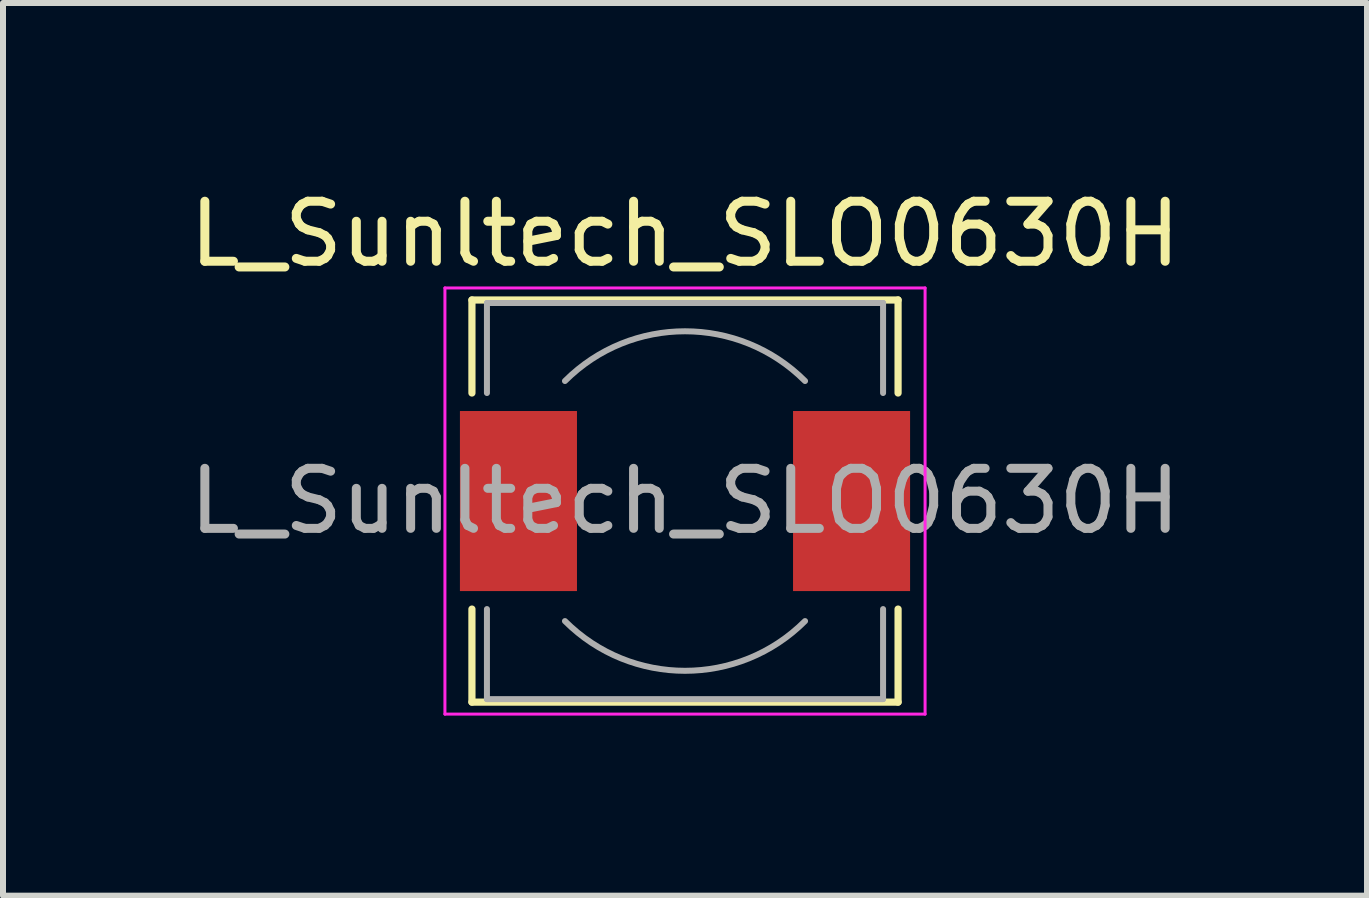
<source format=kicad_pcb>
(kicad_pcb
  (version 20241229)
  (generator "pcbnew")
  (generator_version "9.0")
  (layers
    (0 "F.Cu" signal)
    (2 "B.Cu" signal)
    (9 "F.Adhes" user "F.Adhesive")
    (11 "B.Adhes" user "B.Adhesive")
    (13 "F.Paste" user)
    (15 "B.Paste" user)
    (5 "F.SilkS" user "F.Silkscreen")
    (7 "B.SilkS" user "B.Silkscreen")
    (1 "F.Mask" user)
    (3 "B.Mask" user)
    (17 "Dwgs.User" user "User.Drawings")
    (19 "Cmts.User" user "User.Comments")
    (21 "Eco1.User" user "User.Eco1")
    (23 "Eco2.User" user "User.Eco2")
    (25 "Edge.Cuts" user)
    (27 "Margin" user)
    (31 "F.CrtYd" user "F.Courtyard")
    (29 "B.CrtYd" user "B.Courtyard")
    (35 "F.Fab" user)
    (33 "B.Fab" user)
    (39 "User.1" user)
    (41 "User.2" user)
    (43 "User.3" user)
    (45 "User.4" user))
  (footprint "L_Sunltech_SLO0630H"
    (layer "F.Cu")
    (at 8.363 5.298)
    (property "Reference" "L_Sunltech_SLO0630H" (at 0 -4.45 0) (unlocked yes) (layer "F.SilkS") (effects (font (size 1 1) (thickness 0.15))))
    (attr smd)
    (fp_line (start -3.55 -3.35) (end 3.55 -3.35) (stroke (width 0.12) (type solid)) (layer "F.SilkS"))
    (fp_line (start -3.55 -1.8) (end -3.55 -3.35) (stroke (width 0.12) (type solid)) (layer "F.SilkS"))
    (fp_line (start -3.55 3.35) (end -3.55 1.8) (stroke (width 0.12) (type solid)) (layer "F.SilkS"))
    (fp_line (start 3.55 -3.35) (end 3.55 -1.8) (stroke (width 0.12) (type solid)) (layer "F.SilkS"))
    (fp_line (start 3.55 1.8) (end 3.55 3.35) (stroke (width 0.12) (type solid)) (layer "F.SilkS"))
    (fp_line (start 3.55 3.35) (end -3.55 3.35) (stroke (width 0.12) (type solid)) (layer "F.SilkS"))
    (fp_line (start -4 -3.55) (end -4 3.55) (stroke (width 0.05) (type solid)) (layer "F.CrtYd"))
    (fp_line (start -4 3.55) (end 4 3.55) (stroke (width 0.05) (type solid)) (layer "F.CrtYd"))
    (fp_line (start 4 -3.55) (end -4 -3.55) (stroke (width 0.05) (type solid)) (layer "F.CrtYd"))
    (fp_line (start 4 3.55) (end 4 -3.55) (stroke (width 0.05) (type solid)) (layer "F.CrtYd"))
    (fp_line (start -3.3 -3.3) (end -3.3 -1.8) (stroke (width 0.1) (type solid)) (layer "F.Fab"))
    (fp_line (start -3.3 -3.3) (end 3.3 -3.3) (stroke (width 0.1) (type solid)) (layer "F.Fab"))
    (fp_line (start -3.3 3.3) (end -3.3 1.8) (stroke (width 0.1) (type solid)) (layer "F.Fab"))
    (fp_line (start -3.3 3.3) (end 3.3 3.3) (stroke (width 0.1) (type solid)) (layer "F.Fab"))
    (fp_line (start 3.3 -3.3) (end 3.3 -1.8) (stroke (width 0.1) (type solid)) (layer "F.Fab"))
    (fp_line (start 3.3 3.3) (end 3.3 1.8) (stroke (width 0.1) (type solid)) (layer "F.Fab"))
    (fp_arc (start -2 -2) (mid 0 -2.828427) (end 2 -2) (stroke (width 0.1) (type solid)) (layer "F.Fab"))
    (fp_arc (start 2 2) (mid 0 2.828427) (end -2 2) (stroke (width 0.1) (type solid)) (layer "F.Fab"))
    (fp_text user "${REFERENCE}" (at 0 0 0) (unlocked yes) (layer "F.Fab") (effects (font (size 1 1) (thickness 0.15))))
    (pad "1" smd rect (at -2.775 0) (size 1.95 3) (layers "F.Cu" "F.Mask" "F.Paste"))
    (pad "2" smd rect (at 2.775 0) (size 1.95 3) (layers "F.Cu" "F.Mask" "F.Paste")))
  (gr_rect
    (start -3 -3)
    (end 19.726 11.873)
    (stroke (width 0.1) (type default))
    (fill no)
    (layer "Edge.Cuts")))
</source>
